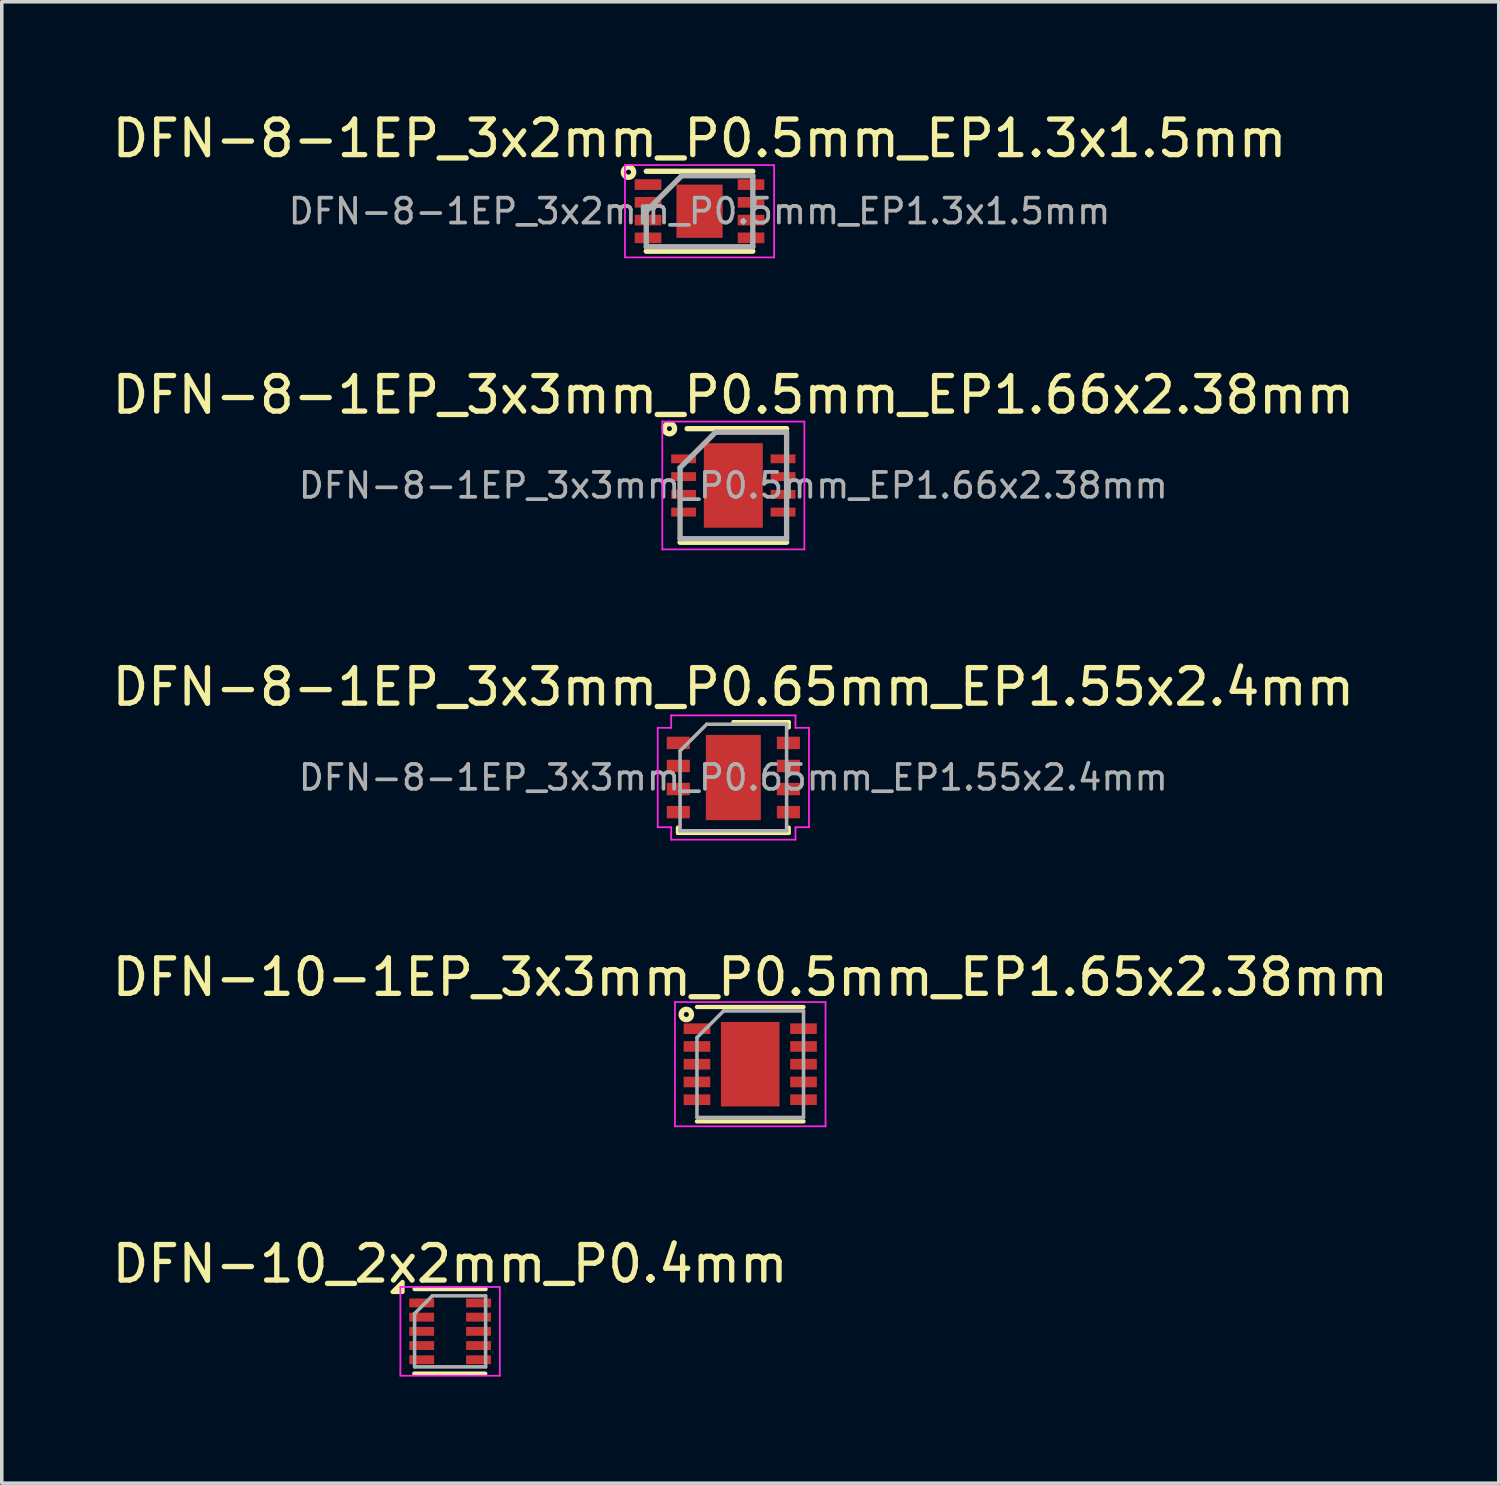
<source format=kicad_pcb>
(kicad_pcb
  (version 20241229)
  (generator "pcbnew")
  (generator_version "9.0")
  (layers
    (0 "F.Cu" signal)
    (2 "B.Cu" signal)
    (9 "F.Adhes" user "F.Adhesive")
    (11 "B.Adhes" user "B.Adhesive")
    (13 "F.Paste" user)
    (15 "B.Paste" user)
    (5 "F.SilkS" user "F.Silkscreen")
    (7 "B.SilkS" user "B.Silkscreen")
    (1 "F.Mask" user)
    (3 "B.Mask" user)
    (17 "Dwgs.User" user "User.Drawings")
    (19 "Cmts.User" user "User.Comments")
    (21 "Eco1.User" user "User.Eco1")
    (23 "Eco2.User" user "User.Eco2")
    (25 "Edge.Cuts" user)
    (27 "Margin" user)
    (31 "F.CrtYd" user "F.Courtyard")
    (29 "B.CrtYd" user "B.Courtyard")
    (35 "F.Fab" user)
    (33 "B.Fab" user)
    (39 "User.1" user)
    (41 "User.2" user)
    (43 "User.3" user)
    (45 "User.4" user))
  (footprint "DFN-10_2x2mm_P0.4mm"
    (layer "F.Cu")
    (at 9.625 34.441)
    (property "Reference" "DFN-10_2x2mm_P0.4mm" (at 0 -1.9 0) (layer "F.SilkS") (effects (font (size 1 1) (thickness 0.15))))
    (attr smd)
    (fp_line (start 0.99 1.19) (end -1.01 1.19) (stroke (width 0.12) (type solid)) (layer "F.SilkS"))
    (fp_line (start 1 -1.19) (end -1 -1.19) (stroke (width 0.12) (type solid)) (layer "F.SilkS"))
    (fp_poly (pts (xy -1.34 -1.11) (xy -1.62 -1.11) (xy -1.34 -1.39) (xy -1.34 -1.11)) (stroke (width 0.12) (type solid)) (fill yes) (layer "F.SilkS"))
    (fp_line (start -1.4 1.25) (end -1.4 -1.25) (stroke (width 0.05) (type solid)) (layer "F.CrtYd"))
    (fp_line (start -1.4 1.25) (end 1.4 1.25) (stroke (width 0.05) (type solid)) (layer "F.CrtYd"))
    (fp_line (start 1.4 -1.25) (end -1.4 -1.25) (stroke (width 0.05) (type solid)) (layer "F.CrtYd"))
    (fp_line (start 1.4 -1.25) (end 1.4 1.25) (stroke (width 0.05) (type solid)) (layer "F.CrtYd"))
    (fp_line (start -1 -0.5) (end -1 1) (stroke (width 0.1) (type solid)) (layer "F.Fab"))
    (fp_line (start -0.5 -1) (end -1 -0.5) (stroke (width 0.1) (type solid)) (layer "F.Fab"))
    (fp_line (start 1 -1) (end -0.5 -1) (stroke (width 0.1) (type solid)) (layer "F.Fab"))
    (fp_line (start 1 1) (end -1 1) (stroke (width 0.1) (type solid)) (layer "F.Fab"))
    (fp_line (start 1 1) (end 1 -1) (stroke (width 0.1) (type solid)) (layer "F.Fab"))
    (pad "1" smd rect (at -0.8 -0.8) (size 0.7 0.25) (layers "F.Cu" "F.Mask" "F.Paste"))
    (pad "2" smd rect (at -0.8 -0.4) (size 0.7 0.25) (layers "F.Cu" "F.Mask" "F.Paste"))
    (pad "3" smd rect (at -0.8 0) (size 0.7 0.25) (layers "F.Cu" "F.Mask" "F.Paste"))
    (pad "4" smd rect (at -0.8 0.4) (size 0.7 0.25) (layers "F.Cu" "F.Mask" "F.Paste"))
    (pad "5" smd rect (at -0.8 0.8) (size 0.7 0.25) (layers "F.Cu" "F.Mask" "F.Paste"))
    (pad "6" smd rect (at 0.8 0.8) (size 0.7 0.25) (layers "F.Cu" "F.Mask" "F.Paste"))
    (pad "7" smd rect (at 0.8 0.4) (size 0.7 0.25) (layers "F.Cu" "F.Mask" "F.Paste"))
    (pad "8" smd rect (at 0.8 0) (size 0.7 0.25) (layers "F.Cu" "F.Mask" "F.Paste"))
    (pad "9" smd rect (at 0.8 -0.4) (size 0.7 0.25) (layers "F.Cu" "F.Mask" "F.Paste"))
    (pad "10" smd rect (at 0.8 -0.8) (size 0.7 0.25) (layers "F.Cu" "F.Mask" "F.Paste")))
  (footprint "DFN-8-1EP_3x3mm_P0.65mm_EP1.55x2.4mm"
    (layer "F.Cu")
    (at 17.601 18.845)
    (property "Reference" "DFN-8-1EP_3x3mm_P0.65mm_EP1.55x2.4mm" (at 0 -2.55 0) (layer "F.SilkS") (effects (font (size 1 1) (thickness 0.15))))
    (attr smd)
    (fp_line (start -1.56 1.56) (end -1.56 1.41) (stroke (width 0.12) (type solid)) (layer "F.SilkS"))
    (fp_line (start -1.56 1.56) (end 1.56 1.56) (stroke (width 0.12) (type solid)) (layer "F.SilkS"))
    (fp_line (start 0 -1.56) (end 1.56 -1.56) (stroke (width 0.12) (type solid)) (layer "F.SilkS"))
    (fp_line (start 1.56 -1.56) (end 1.56 -1.41) (stroke (width 0.12) (type solid)) (layer "F.SilkS"))
    (fp_line (start 1.56 1.56) (end 1.56 1.41) (stroke (width 0.12) (type solid)) (layer "F.SilkS"))
    (fp_line (start -2.13 -1.4) (end -2.13 1.4) (stroke (width 0.05) (type solid)) (layer "F.CrtYd"))
    (fp_line (start -1.75 -1.75) (end -1.75 -1.4) (stroke (width 0.05) (type solid)) (layer "F.CrtYd"))
    (fp_line (start -1.75 -1.75) (end 1.75 -1.75) (stroke (width 0.05) (type solid)) (layer "F.CrtYd"))
    (fp_line (start -1.75 -1.4) (end -2.13 -1.4) (stroke (width 0.05) (type solid)) (layer "F.CrtYd"))
    (fp_line (start -1.75 1.4) (end -2.13 1.4) (stroke (width 0.05) (type solid)) (layer "F.CrtYd"))
    (fp_line (start -1.75 1.75) (end -1.75 1.4) (stroke (width 0.05) (type solid)) (layer "F.CrtYd"))
    (fp_line (start -1.75 1.75) (end 1.75 1.75) (stroke (width 0.05) (type solid)) (layer "F.CrtYd"))
    (fp_line (start 1.75 -1.75) (end 1.75 -1.4) (stroke (width 0.05) (type solid)) (layer "F.CrtYd"))
    (fp_line (start 1.75 -1.4) (end 2.13 -1.4) (stroke (width 0.05) (type solid)) (layer "F.CrtYd"))
    (fp_line (start 1.75 1.4) (end 2.13 1.4) (stroke (width 0.05) (type solid)) (layer "F.CrtYd"))
    (fp_line (start 1.75 1.75) (end 1.75 1.4) (stroke (width 0.05) (type solid)) (layer "F.CrtYd"))
    (fp_line (start 2.13 -1.4) (end 2.13 1.4) (stroke (width 0.05) (type solid)) (layer "F.CrtYd"))
    (fp_line (start -1.5 -0.75) (end -0.75 -1.5) (stroke (width 0.1) (type solid)) (layer "F.Fab"))
    (fp_line (start -1.5 1.5) (end -1.5 -0.75) (stroke (width 0.1) (type solid)) (layer "F.Fab"))
    (fp_line (start -0.75 -1.5) (end 1.5 -1.5) (stroke (width 0.1) (type solid)) (layer "F.Fab"))
    (fp_line (start 1.5 -1.5) (end 1.5 1.5) (stroke (width 0.1) (type solid)) (layer "F.Fab"))
    (fp_line (start 1.5 1.5) (end -1.5 1.5) (stroke (width 0.1) (type solid)) (layer "F.Fab"))
    (fp_text user "${REFERENCE}" (at 0 0 0) (layer "F.Fab") (effects (font (size 0.7 0.7) (thickness 0.105))))
    (pad "" smd rect (at -0.388 -0.6) (size 0.6 1) (layers "F.Paste"))
    (pad "" smd rect (at -0.388 0.6) (size 0.6 1) (layers "F.Paste"))
    (pad "" smd rect (at 0.388 -0.6) (size 0.6 1) (layers "F.Paste"))
    (pad "" smd rect (at 0.388 0.6) (size 0.6 1) (layers "F.Paste"))
    (pad "1" smd rect (at -1.55 -0.975) (size 0.65 0.35) (layers "F.Cu" "F.Mask" "F.Paste"))
    (pad "2" smd rect (at -1.55 -0.325) (size 0.65 0.35) (layers "F.Cu" "F.Mask" "F.Paste"))
    (pad "3" smd rect (at -1.55 0.325) (size 0.65 0.35) (layers "F.Cu" "F.Mask" "F.Paste"))
    (pad "4" smd rect (at -1.55 0.975) (size 0.65 0.35) (layers "F.Cu" "F.Mask" "F.Paste"))
    (pad "5" smd rect (at 1.55 0.975) (size 0.65 0.35) (layers "F.Cu" "F.Mask" "F.Paste"))
    (pad "6" smd rect (at 1.55 0.325) (size 0.65 0.35) (layers "F.Cu" "F.Mask" "F.Paste"))
    (pad "7" smd rect (at 1.55 -0.325) (size 0.65 0.35) (layers "F.Cu" "F.Mask" "F.Paste"))
    (pad "8" smd rect (at 1.55 -0.975) (size 0.65 0.35) (layers "F.Cu" "F.Mask" "F.Paste"))
    (pad "9" smd rect (at 0 0) (size 1.55 2.4) (layers "F.Cu" "F.Mask")))
  (footprint "DFN-10-1EP_3x3mm_P0.5mm_EP1.65x2.38mm"
    (layer "F.Cu")
    (at 18.077 26.918)
    (property "Reference" "DFN-10-1EP_3x3mm_P0.5mm_EP1.65x2.38mm" (at 0 -2.45 0) (layer "F.SilkS") (effects (font (size 1 1) (thickness 0.15))))
    (attr smd)
    (fp_line (start -1.5 -1.61) (end 1.5 -1.61) (stroke (width 0.12) (type solid)) (layer "F.SilkS"))
    (fp_line (start -1.5 1.61) (end 1.5 1.61) (stroke (width 0.12) (type solid)) (layer "F.SilkS"))
    (fp_circle (center -1.8 -1.4) (end -1.73 -1.4) (stroke (width 0.15) (type solid)) (fill no) (layer "F.SilkS"))
    (fp_line (start -2.12 -1.75) (end -2.12 1.75) (stroke (width 0.05) (type solid)) (layer "F.CrtYd"))
    (fp_line (start -2.12 1.75) (end 2.12 1.75) (stroke (width 0.05) (type solid)) (layer "F.CrtYd"))
    (fp_line (start 2.12 -1.75) (end -2.12 -1.75) (stroke (width 0.05) (type solid)) (layer "F.CrtYd"))
    (fp_line (start 2.12 1.75) (end 2.12 -1.75) (stroke (width 0.05) (type solid)) (layer "F.CrtYd"))
    (fp_line (start -1.5 -0.75) (end -0.75 -1.5) (stroke (width 0.1) (type solid)) (layer "F.Fab"))
    (fp_line (start -1.5 1.5) (end -1.5 -0.75) (stroke (width 0.1) (type solid)) (layer "F.Fab"))
    (fp_line (start -0.75 -1.5) (end 1.5 -1.5) (stroke (width 0.1) (type solid)) (layer "F.Fab"))
    (fp_line (start 1.5 -1.5) (end 1.5 1.5) (stroke (width 0.1) (type solid)) (layer "F.Fab"))
    (fp_line (start 1.5 1.5) (end -1.5 1.5) (stroke (width 0.1) (type solid)) (layer "F.Fab"))
    (pad "" smd roundrect (at -0.41 -0.595) (size 0.67 0.96) (layers "F.Paste") (roundrect_rratio 0.25))
    (pad "" smd roundrect (at -0.41 0.595) (size 0.67 0.96) (layers "F.Paste") (roundrect_rratio 0.25))
    (pad "" smd roundrect (at 0.41 -0.595) (size 0.67 0.96) (layers "F.Paste") (roundrect_rratio 0.25))
    (pad "" smd roundrect (at 0.41 0.595) (size 0.67 0.96) (layers "F.Paste") (roundrect_rratio 0.25))
    (pad "1" smd rect (at -1.5 -1) (size 0.75 0.3) (layers "F.Cu" "F.Mask" "F.Paste"))
    (pad "2" smd rect (at -1.5 -0.5) (size 0.75 0.3) (layers "F.Cu" "F.Mask" "F.Paste"))
    (pad "3" smd rect (at -1.5 0) (size 0.75 0.3) (layers "F.Cu" "F.Mask" "F.Paste"))
    (pad "4" smd rect (at -1.5 0.5) (size 0.75 0.3) (layers "F.Cu" "F.Mask" "F.Paste"))
    (pad "5" smd rect (at -1.5 1) (size 0.75 0.3) (layers "F.Cu" "F.Mask" "F.Paste"))
    (pad "6" smd rect (at 1.5 1) (size 0.75 0.3) (layers "F.Cu" "F.Mask" "F.Paste"))
    (pad "7" smd rect (at 1.5 0.5) (size 0.75 0.3) (layers "F.Cu" "F.Mask" "F.Paste"))
    (pad "8" smd rect (at 1.5 0) (size 0.75 0.3) (layers "F.Cu" "F.Mask" "F.Paste"))
    (pad "9" smd rect (at 1.5 -0.5) (size 0.75 0.3) (layers "F.Cu" "F.Mask" "F.Paste"))
    (pad "10" smd rect (at 1.5 -1) (size 0.75 0.3) (layers "F.Cu" "F.Mask" "F.Paste"))
    (pad "EP" smd rect (at 0 0) (size 1.65 2.38) (layers "F.Cu" "F.Mask" "F.Paste")))
  (footprint "DFN-8-1EP_3x2mm_P0.5mm_EP1.3x1.5mm"
    (layer "F.Cu")
    (at 16.649 2.898)
    (property "Reference" "DFN-8-1EP_3x2mm_P0.5mm_EP1.3x1.5mm" (at 0 -2.05 0) (layer "F.SilkS") (effects (font (size 1 1) (thickness 0.15))))
    (attr smd)
    (fp_line (start -1.5 -1.125) (end 1.5 -1.125) (stroke (width 0.15) (type solid)) (layer "F.SilkS"))
    (fp_line (start -1.5 1.125) (end 1.5 1.125) (stroke (width 0.15) (type solid)) (layer "F.SilkS"))
    (fp_circle (center -2 -1.1) (end -1.93 -1.1) (stroke (width 0.15) (type solid)) (fill no) (layer "F.SilkS"))
    (fp_line (start -2.1 -1.3) (end -2.1 1.3) (stroke (width 0.05) (type solid)) (layer "F.CrtYd"))
    (fp_line (start -2.1 -1.3) (end 2.1 -1.3) (stroke (width 0.05) (type solid)) (layer "F.CrtYd"))
    (fp_line (start -2.1 1.3) (end 2.1 1.3) (stroke (width 0.05) (type solid)) (layer "F.CrtYd"))
    (fp_line (start 2.1 -1.3) (end 2.1 1.3) (stroke (width 0.05) (type solid)) (layer "F.CrtYd"))
    (fp_line (start -1.5 0) (end -0.5 -1) (stroke (width 0.15) (type solid)) (layer "F.Fab"))
    (fp_line (start -1.5 1) (end -1.5 0) (stroke (width 0.15) (type solid)) (layer "F.Fab"))
    (fp_line (start -0.5 -1) (end 1.5 -1) (stroke (width 0.15) (type solid)) (layer "F.Fab"))
    (fp_line (start 1.5 -1) (end 1.5 1) (stroke (width 0.15) (type solid)) (layer "F.Fab"))
    (fp_line (start 1.5 1) (end -1.5 1) (stroke (width 0.15) (type solid)) (layer "F.Fab"))
    (fp_text user "${REFERENCE}" (at 0 0 0) (layer "F.Fab") (effects (font (size 0.7 0.7) (thickness 0.105))))
    (pad "" smd rect (at -0.325 -0.375) (size 0.5 0.6) (layers "F.Paste"))
    (pad "" smd rect (at -0.325 0.375) (size 0.5 0.6) (layers "F.Paste"))
    (pad "" smd rect (at 0.325 -0.375) (size 0.5 0.6) (layers "F.Paste"))
    (pad "" smd rect (at 0.325 0.375) (size 0.5 0.6) (layers "F.Paste"))
    (pad "1" smd rect (at -1.45 -0.75) (size 0.75 0.3) (layers "F.Cu" "F.Mask" "F.Paste"))
    (pad "2" smd rect (at -1.45 -0.25) (size 0.75 0.3) (layers "F.Cu" "F.Mask" "F.Paste"))
    (pad "3" smd rect (at -1.45 0.25) (size 0.75 0.3) (layers "F.Cu" "F.Mask" "F.Paste"))
    (pad "4" smd rect (at -1.45 0.75) (size 0.75 0.3) (layers "F.Cu" "F.Mask" "F.Paste"))
    (pad "5" smd rect (at 1.45 0.75) (size 0.75 0.3) (layers "F.Cu" "F.Mask" "F.Paste"))
    (pad "6" smd rect (at 1.45 0.25) (size 0.75 0.3) (layers "F.Cu" "F.Mask" "F.Paste"))
    (pad "7" smd rect (at 1.45 -0.25) (size 0.75 0.3) (layers "F.Cu" "F.Mask" "F.Paste"))
    (pad "8" smd rect (at 1.45 -0.75) (size 0.75 0.3) (layers "F.Cu" "F.Mask" "F.Paste"))
    (pad "EP" smd rect (at 0 0) (size 1.3 1.5) (layers "F.Cu" "F.Mask" "F.Paste")))
  (footprint "DFN-8-1EP_3x3mm_P0.5mm_EP1.66x2.38mm"
    (layer "F.Cu")
    (at 17.601 10.621)
    (property "Reference" "DFN-8-1EP_3x3mm_P0.5mm_EP1.66x2.38mm" (at 0 -2.55 0) (layer "F.SilkS") (effects (font (size 1 1) (thickness 0.15))))
    (attr smd)
    (fp_line (start -1.5 1.6) (end 1.5 1.6) (stroke (width 0.15) (type solid)) (layer "F.SilkS"))
    (fp_line (start -1.3 -1.6) (end 1.5 -1.6) (stroke (width 0.15) (type solid)) (layer "F.SilkS"))
    (fp_circle (center -1.8 -1.6) (end -1.73 -1.6) (stroke (width 0.15) (type solid)) (fill no) (layer "F.SilkS"))
    (fp_line (start -2 -1.8) (end -2 1.8) (stroke (width 0.05) (type solid)) (layer "F.CrtYd"))
    (fp_line (start -2 -1.8) (end 2 -1.8) (stroke (width 0.05) (type solid)) (layer "F.CrtYd"))
    (fp_line (start -2 1.8) (end 2 1.8) (stroke (width 0.05) (type solid)) (layer "F.CrtYd"))
    (fp_line (start 2 -1.8) (end 2 1.8) (stroke (width 0.05) (type solid)) (layer "F.CrtYd"))
    (fp_line (start -1.5 -0.5) (end -0.5 -1.5) (stroke (width 0.15) (type solid)) (layer "F.Fab"))
    (fp_line (start -1.5 1.5) (end -1.5 -0.5) (stroke (width 0.15) (type solid)) (layer "F.Fab"))
    (fp_line (start -0.5 -1.5) (end 1.5 -1.5) (stroke (width 0.15) (type solid)) (layer "F.Fab"))
    (fp_line (start 1.5 -1.5) (end 1.5 1.5) (stroke (width 0.15) (type solid)) (layer "F.Fab"))
    (fp_line (start 1.5 1.5) (end -1.5 1.5) (stroke (width 0.15) (type solid)) (layer "F.Fab"))
    (fp_text user "${REFERENCE}" (at 0 0 0) (layer "F.Fab") (effects (font (size 0.7 0.7) (thickness 0.105))))
    (pad "" smd rect (at -0.415 -0.595) (size 0.64 1) (layers "F.Paste"))
    (pad "" smd rect (at -0.415 0.595) (size 0.64 1) (layers "F.Paste"))
    (pad "" smd rect (at 0.415 -0.595) (size 0.64 1) (layers "F.Paste"))
    (pad "" smd rect (at 0.415 0.595) (size 0.64 1) (layers "F.Paste"))
    (pad "1" smd rect (at -1.4 -0.75) (size 0.7 0.25) (layers "F.Cu" "F.Mask" "F.Paste"))
    (pad "2" smd rect (at -1.4 -0.25) (size 0.7 0.25) (layers "F.Cu" "F.Mask" "F.Paste"))
    (pad "3" smd rect (at -1.4 0.25) (size 0.7 0.25) (layers "F.Cu" "F.Mask" "F.Paste"))
    (pad "4" smd rect (at -1.4 0.75) (size 0.7 0.25) (layers "F.Cu" "F.Mask" "F.Paste"))
    (pad "5" smd rect (at 1.4 0.75) (size 0.7 0.25) (layers "F.Cu" "F.Mask" "F.Paste"))
    (pad "6" smd rect (at 1.4 0.25) (size 0.7 0.25) (layers "F.Cu" "F.Mask" "F.Paste"))
    (pad "7" smd rect (at 1.4 -0.25) (size 0.7 0.25) (layers "F.Cu" "F.Mask" "F.Paste"))
    (pad "8" smd rect (at 1.4 -0.75) (size 0.7 0.25) (layers "F.Cu" "F.Mask" "F.Paste"))
    (pad "EP" smd rect (at 0 0) (size 1.66 2.38) (layers "F.Cu" "F.Mask")))
  (gr_rect
    (start -3 -3)
    (end 39.155 38.716)
    (stroke (width 0.1) (type default))
    (fill no)
    (layer "Edge.Cuts")))
</source>
